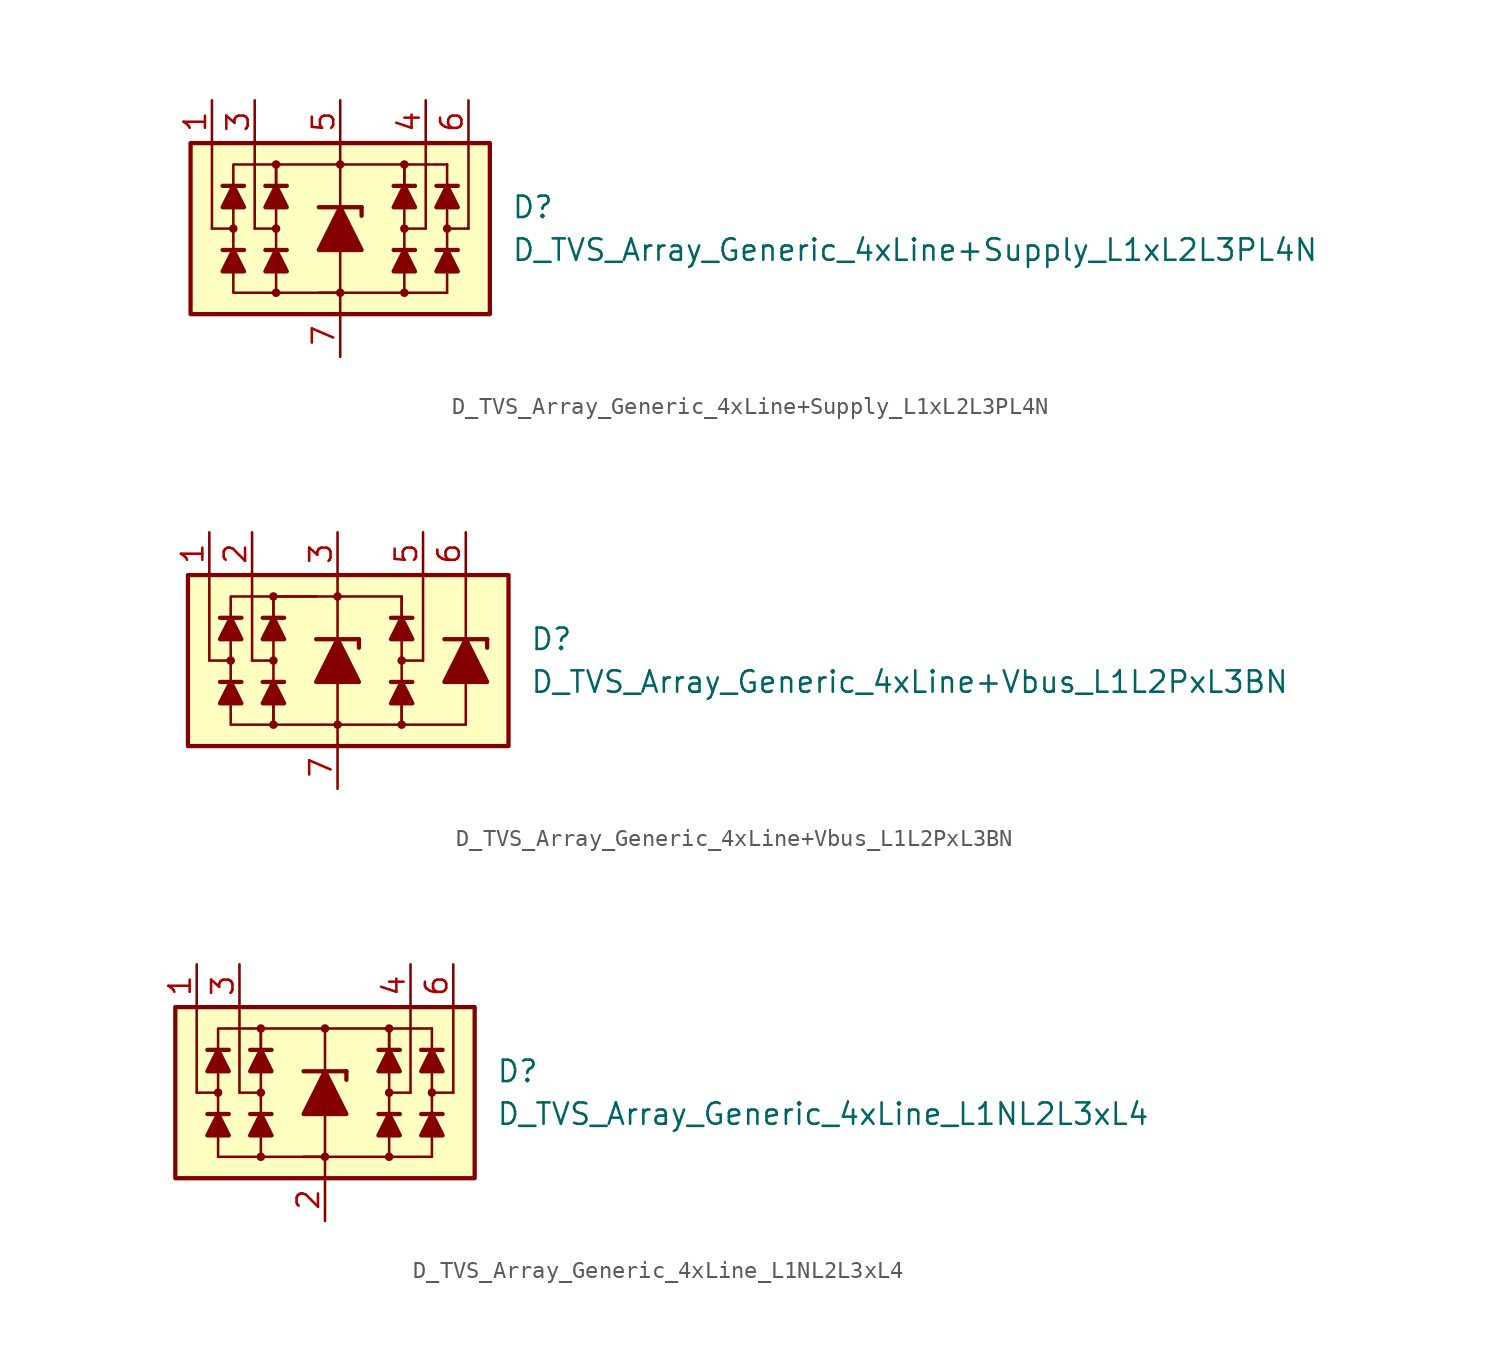
<source format=kicad_sym>
(kicad_symbol_lib
  (version 20231120)
  (generator "kicad_symbol_editor")
  (generator_version "8.0")
  (symbol "D_TVS_Array_Generic_4xLine+Supply_L1xL2L3PL4N"
    (pin_names
      (offset 1.016) hide)
    (property "Reference" "D"
      (at 10.16 1.27 0)
      (effects (font (size 1.27 1.27)) (justify left)))
    (property "Value" "D_TVS_Array_Generic_4xLine+Supply_L1xL2L3PL4N"
      (at 10.16 -1.27 0)
      (effects (font (size 1.27 1.27)) (justify left)))
    (symbol "D_TVS_Array_Generic_4xLine+Supply_L1xL2L3PL4N_0_1"
      (rectangle (start -8.89 5.08) (end 8.89 -5.08) (stroke (width 0.254) (type default)) (fill (type background)))
      (circle (center -3.81 0) (radius 0.178) (stroke (width 0) (type default)) (fill (type outline)))
      (polyline (pts (xy -5.715 -1.27) (xy -6.985 -1.27)) (stroke (width 0.254) (type default)) (fill (type none)))
      (polyline (pts (xy -5.715 2.54) (xy -6.985 2.54)) (stroke (width 0.254) (type default)) (fill (type none)))
      (polyline (pts (xy -5.08 0) (xy -5.08 5.08)) (stroke (width 0) (type default)) (fill (type none)))
      (polyline (pts (xy -3.81 -1.27) (xy -3.81 1.27)) (stroke (width 0) (type default)) (fill (type none)))
      (polyline (pts (xy -3.81 0) (xy -5.08 0)) (stroke (width 0) (type default)) (fill (type none)))
      (polyline (pts (xy -3.175 -1.27) (xy -4.445 -1.27)) (stroke (width 0.254) (type default)) (fill (type none)))
      (polyline (pts (xy -3.175 2.54) (xy -4.445 2.54)) (stroke (width 0.254) (type default)) (fill (type none)))
      (polyline (pts (xy 0 -1.27) (xy 0 -5.08)) (stroke (width 0) (type default)) (fill (type none)))
      (polyline (pts (xy 0 1.27) (xy 0 5.08)) (stroke (width 0.152) (type default)) (fill (type none)))
      (polyline (pts (xy 3.81 -1.27) (xy 3.81 1.27)) (stroke (width 0) (type default)) (fill (type none)))
      (polyline (pts (xy 3.81 0) (xy 5.08 0)) (stroke (width 0) (type default)) (fill (type none)))
      (polyline (pts (xy 3.81 3.81) (xy 6.35 3.81)) (stroke (width 0.152) (type default)) (fill (type none)))
      (polyline (pts (xy 4.445 -1.27) (xy 3.175 -1.27)) (stroke (width 0.254) (type default)) (fill (type none)))
      (polyline (pts (xy 4.445 2.54) (xy 3.175 2.54)) (stroke (width 0.254) (type default)) (fill (type none)))
      (polyline (pts (xy 5.08 0) (xy 5.08 5.08)) (stroke (width 0) (type default)) (fill (type none)))
      (polyline (pts (xy 6.35 3.81) (xy 6.35 -3.81)) (stroke (width 0.152) (type default)) (fill (type none)))
      (polyline (pts (xy 6.985 -1.27) (xy 5.715 -1.27)) (stroke (width 0.254) (type default)) (fill (type none)))
      (polyline (pts (xy 6.985 2.54) (xy 5.715 2.54)) (stroke (width 0.254) (type default)) (fill (type none)))
      (polyline (pts (xy 6.35 -3.81) (xy -1.27 -3.81) (xy 0 -3.81)) (stroke (width 0.152) (type default)) (fill (type none)))
      (polyline (pts (xy -6.35 -1.27) (xy -5.715 -2.54) (xy -6.985 -2.54) (xy -6.35 -1.27)) (stroke (width 0.254) (type default)) (fill (type outline)))
      (polyline (pts (xy -6.35 2.54) (xy -5.715 1.27) (xy -6.985 1.27) (xy -6.35 2.54)) (stroke (width 0.254) (type default)) (fill (type outline)))
      (polyline (pts (xy -3.81 -1.27) (xy -3.175 -2.54) (xy -4.445 -2.54) (xy -3.81 -1.27)) (stroke (width 0.254) (type default)) (fill (type outline)))
      (polyline (pts (xy -3.81 2.54) (xy -3.81 3.81) (xy 3.81 3.81) (xy 3.81 2.54)) (stroke (width 0) (type default)) (fill (type none)))
      (polyline (pts (xy -3.81 2.54) (xy -3.175 1.27) (xy -4.445 1.27) (xy -3.81 2.54)) (stroke (width 0.254) (type default)) (fill (type outline)))
      (polyline (pts (xy 0 -3.81) (xy -6.35 -3.81) (xy -6.35 3.81) (xy -3.81 3.81)) (stroke (width 0) (type default)) (fill (type none)))
      (polyline (pts (xy 3.81 -1.27) (xy 4.445 -2.54) (xy 3.175 -2.54) (xy 3.81 -1.27)) (stroke (width 0.254) (type default)) (fill (type outline)))
      (polyline (pts (xy 3.81 2.54) (xy 4.445 1.27) (xy 3.175 1.27) (xy 3.81 2.54)) (stroke (width 0.254) (type default)) (fill (type outline)))
      (polyline (pts (xy 6.35 -1.27) (xy 6.985 -2.54) (xy 5.715 -2.54) (xy 6.35 -1.27)) (stroke (width 0.254) (type default)) (fill (type outline)))
      (polyline (pts (xy 6.35 2.54) (xy 6.985 1.27) (xy 5.715 1.27) (xy 6.35 2.54)) (stroke (width 0.254) (type default)) (fill (type outline)))
      (circle (center 0 3.81) (radius 0.178) (stroke (width 0) (type default)) (fill (type outline)))
      (circle (center 3.81 0) (radius 0.178) (stroke (width 0) (type default)) (fill (type outline))))
    (symbol "D_TVS_Array_Generic_4xLine+Supply_L1xL2L3PL4N_1_1"
      (circle (center -6.35 0) (radius 0.178) (stroke (width 0) (type default)) (fill (type outline)))
      (circle (center -3.81 -3.81) (radius 0.178) (stroke (width 0) (type default)) (fill (type outline)))
      (circle (center -3.81 3.81) (radius 0.178) (stroke (width 0) (type default)) (fill (type outline)))
      (circle (center 0 -3.81) (radius 0.178) (stroke (width 0) (type default)) (fill (type outline)))
      (polyline (pts (xy -7.62 0) (xy -7.62 5.08)) (stroke (width 0) (type default)) (fill (type none)))
      (polyline (pts (xy -6.35 0) (xy -7.62 0)) (stroke (width 0) (type default)) (fill (type none)))
      (polyline (pts (xy -3.81 -3.81) (xy -3.81 -1.27)) (stroke (width 0) (type default)) (fill (type none)))
      (polyline (pts (xy -3.81 1.27) (xy -3.81 3.81)) (stroke (width 0) (type default)) (fill (type none)))
      (polyline (pts (xy -1.27 1.27) (xy 1.27 1.27)) (stroke (width 0.254) (type default)) (fill (type none)))
      (polyline (pts (xy 0 -1.27) (xy 0 1.27)) (stroke (width 0) (type default)) (fill (type none)))
      (polyline (pts (xy 1.27 1.27) (xy 1.27 0.762)) (stroke (width 0.254) (type default)) (fill (type none)))
      (polyline (pts (xy 3.81 -3.81) (xy 3.81 -1.27)) (stroke (width 0) (type default)) (fill (type none)))
      (polyline (pts (xy 3.81 1.27) (xy 3.81 3.81)) (stroke (width 0) (type default)) (fill (type none)))
      (polyline (pts (xy 6.35 0) (xy 7.62 0)) (stroke (width 0) (type default)) (fill (type none)))
      (polyline (pts (xy 7.62 0) (xy 7.62 5.08)) (stroke (width 0) (type default)) (fill (type none)))
      (polyline (pts (xy 1.27 -1.27) (xy -1.27 -1.27) (xy 0 1.27) (xy 1.27 -1.27)) (stroke (width 0.254) (type default)) (fill (type outline)))
      (circle (center 3.81 -3.81) (radius 0.178) (stroke (width 0) (type default)) (fill (type outline)))
      (circle (center 3.81 3.81) (radius 0.178) (stroke (width 0) (type default)) (fill (type outline)))
      (circle (center 6.35 0) (radius 0.178) (stroke (width 0) (type default)) (fill (type outline)))
      (pin passive line (at -7.62 7.62 270) (length 2.54) (name "L1" (effects (font (size 1.27 1.27)))) (number "1" (effects (font (size 1.27 1.27)))))
      (pin free line (at 2.54 1.27 0) (length 2.54) hide (name "NC" (effects (font (size 1.27 1.27)))) (number "2" (effects (font (size 1.27 1.27)))))
      (pin passive line (at -5.08 7.62 270) (length 2.54) (name "L2" (effects (font (size 1.27 1.27)))) (number "3" (effects (font (size 1.27 1.27)))))
      (pin passive line (at 5.08 7.62 270) (length 2.54) (name "L3" (effects (font (size 1.27 1.27)))) (number "4" (effects (font (size 1.27 1.27)))))
      (pin passive line (at 0 7.62 270) (length 2.54) (name "VP" (effects (font (size 1.27 1.27)))) (number "5" (effects (font (size 1.27 1.27)))))
      (pin passive line (at 7.62 7.62 270) (length 2.54) (name "L4" (effects (font (size 1.27 1.27)))) (number "6" (effects (font (size 1.27 1.27)))))
      (pin passive line (at 0 -7.62 90) (length 2.54) (name "VN" (effects (font (size 1.27 1.27)))) (number "7" (effects (font (size 1.27 1.27)))))))
  (symbol "D_TVS_Array_Generic_4xLine+Vbus_L1L2PxL3BN"
    (pin_names
      (offset 1.016) hide)
    (property "Reference" "D"
      (at 11.43 1.27 0)
      (effects (font (size 1.27 1.27)) (justify left)))
    (property "Value" "D_TVS_Array_Generic_4xLine+Vbus_L1L2PxL3BN"
      (at 11.43 -1.27 0)
      (effects (font (size 1.27 1.27)) (justify left)))
    (symbol "D_TVS_Array_Generic_4xLine+Vbus_L1L2PxL3BN_0_1"
      (rectangle (start -8.89 5.08) (end 10.16 -5.08) (stroke (width 0.254) (type default)) (fill (type background)))
      (circle (center -3.81 0) (radius 0.178) (stroke (width 0) (type default)) (fill (type outline)))
      (polyline (pts (xy -5.715 -1.27) (xy -6.985 -1.27)) (stroke (width 0.254) (type default)) (fill (type none)))
      (polyline (pts (xy -5.715 2.54) (xy -6.985 2.54)) (stroke (width 0.254) (type default)) (fill (type none)))
      (polyline (pts (xy -5.08 0) (xy -5.08 5.08)) (stroke (width 0) (type default)) (fill (type none)))
      (polyline (pts (xy -3.81 -1.27) (xy -3.81 1.27)) (stroke (width 0) (type default)) (fill (type none)))
      (polyline (pts (xy -3.81 0) (xy -5.08 0)) (stroke (width 0) (type default)) (fill (type none)))
      (polyline (pts (xy -3.175 -1.27) (xy -4.445 -1.27)) (stroke (width 0.254) (type default)) (fill (type none)))
      (polyline (pts (xy -3.175 2.54) (xy -4.445 2.54)) (stroke (width 0.254) (type default)) (fill (type none)))
      (polyline (pts (xy 0 -1.27) (xy 0 -5.08)) (stroke (width 0) (type default)) (fill (type none)))
      (polyline (pts (xy 0 3.81) (xy 0 1.27)) (stroke (width 0) (type default)) (fill (type none)))
      (polyline (pts (xy 0 3.81) (xy 0 5.08)) (stroke (width 0) (type default)) (fill (type none)))
      (polyline (pts (xy 3.81 -3.81) (xy 7.62 -3.81)) (stroke (width 0) (type default)) (fill (type none)))
      (polyline (pts (xy 3.81 -1.27) (xy 3.81 1.27)) (stroke (width 0) (type default)) (fill (type none)))
      (polyline (pts (xy 3.81 0) (xy 5.08 0)) (stroke (width 0) (type default)) (fill (type none)))
      (polyline (pts (xy 4.445 -1.27) (xy 3.175 -1.27)) (stroke (width 0.254) (type default)) (fill (type none)))
      (polyline (pts (xy 4.445 2.54) (xy 3.175 2.54)) (stroke (width 0.254) (type default)) (fill (type none)))
      (polyline (pts (xy 5.08 0) (xy 5.08 5.08)) (stroke (width 0) (type default)) (fill (type none)))
      (polyline (pts (xy -6.35 -1.27) (xy -5.715 -2.54) (xy -6.985 -2.54) (xy -6.35 -1.27)) (stroke (width 0.254) (type default)) (fill (type outline)))
      (polyline (pts (xy -6.35 2.54) (xy -5.715 1.27) (xy -6.985 1.27) (xy -6.35 2.54)) (stroke (width 0.254) (type default)) (fill (type outline)))
      (polyline (pts (xy -3.81 -3.81) (xy -6.35 -3.81) (xy -6.35 3.81) (xy -1.27 3.81)) (stroke (width 0) (type default)) (fill (type none)))
      (polyline (pts (xy -3.81 -2.54) (xy -3.81 -3.81) (xy 3.81 -3.81) (xy 3.81 -2.54)) (stroke (width 0) (type default)) (fill (type none)))
      (polyline (pts (xy -3.81 -1.27) (xy -3.175 -2.54) (xy -4.445 -2.54) (xy -3.81 -1.27)) (stroke (width 0.254) (type default)) (fill (type outline)))
      (polyline (pts (xy -3.81 2.54) (xy -3.81 3.81) (xy 3.81 3.81) (xy 3.81 2.54)) (stroke (width 0) (type default)) (fill (type none)))
      (polyline (pts (xy -3.81 2.54) (xy -3.175 1.27) (xy -4.445 1.27) (xy -3.81 2.54)) (stroke (width 0.254) (type default)) (fill (type outline)))
      (polyline (pts (xy 3.81 -1.27) (xy 4.445 -2.54) (xy 3.175 -2.54) (xy 3.81 -1.27)) (stroke (width 0.254) (type default)) (fill (type outline)))
      (polyline (pts (xy 3.81 2.54) (xy 4.445 1.27) (xy 3.175 1.27) (xy 3.81 2.54)) (stroke (width 0.254) (type default)) (fill (type outline)))
      (circle (center 0 3.81) (radius 0.178) (stroke (width 0) (type default)) (fill (type outline)))
      (circle (center 3.81 0) (radius 0.178) (stroke (width 0) (type default)) (fill (type outline))))
    (symbol "D_TVS_Array_Generic_4xLine+Vbus_L1L2PxL3BN_1_1"
      (circle (center -6.35 0) (radius 0.178) (stroke (width 0) (type default)) (fill (type outline)))
      (circle (center -3.81 -3.81) (radius 0.178) (stroke (width 0) (type default)) (fill (type outline)))
      (circle (center -3.81 3.81) (radius 0.178) (stroke (width 0) (type default)) (fill (type outline)))
      (circle (center 0 -3.81) (radius 0.178) (stroke (width 0) (type default)) (fill (type outline)))
      (polyline (pts (xy -7.62 0) (xy -7.62 5.08)) (stroke (width 0) (type default)) (fill (type none)))
      (polyline (pts (xy -6.35 0) (xy -7.62 0)) (stroke (width 0) (type default)) (fill (type none)))
      (polyline (pts (xy -3.81 -3.81) (xy -3.81 -1.27)) (stroke (width 0) (type default)) (fill (type none)))
      (polyline (pts (xy -3.81 1.27) (xy -3.81 3.81)) (stroke (width 0) (type default)) (fill (type none)))
      (polyline (pts (xy -1.27 1.27) (xy 1.27 1.27)) (stroke (width 0.254) (type default)) (fill (type none)))
      (polyline (pts (xy 0 -1.27) (xy 0 1.27)) (stroke (width 0) (type default)) (fill (type none)))
      (polyline (pts (xy 1.27 1.27) (xy 1.27 0.762)) (stroke (width 0.254) (type default)) (fill (type none)))
      (polyline (pts (xy 3.81 -3.81) (xy 3.81 -1.27)) (stroke (width 0) (type default)) (fill (type none)))
      (polyline (pts (xy 3.81 1.27) (xy 3.81 3.81)) (stroke (width 0) (type default)) (fill (type none)))
      (polyline (pts (xy 6.35 1.27) (xy 8.89 1.27)) (stroke (width 0.254) (type default)) (fill (type none)))
      (polyline (pts (xy 7.62 -1.27) (xy 7.62 -3.81)) (stroke (width 0) (type default)) (fill (type none)))
      (polyline (pts (xy 7.62 -1.27) (xy 7.62 1.27)) (stroke (width 0) (type default)) (fill (type none)))
      (polyline (pts (xy 7.62 5.08) (xy 7.62 1.27)) (stroke (width 0) (type default)) (fill (type none)))
      (polyline (pts (xy 8.89 1.27) (xy 8.89 0.762)) (stroke (width 0.254) (type default)) (fill (type none)))
      (polyline (pts (xy 1.27 -1.27) (xy -1.27 -1.27) (xy 0 1.27) (xy 1.27 -1.27)) (stroke (width 0.254) (type default)) (fill (type outline)))
      (polyline (pts (xy 8.89 -1.27) (xy 6.35 -1.27) (xy 7.62 1.27) (xy 8.89 -1.27)) (stroke (width 0.254) (type default)) (fill (type outline)))
      (circle (center 3.81 -3.81) (radius 0.178) (stroke (width 0) (type default)) (fill (type outline)))
      (pin passive line (at -7.62 7.62 270) (length 2.54) (name "L1" (effects (font (size 1.27 1.27)))) (number "1" (effects (font (size 1.27 1.27)))))
      (pin passive line (at -5.08 7.62 270) (length 2.54) (name "L2" (effects (font (size 1.27 1.27)))) (number "2" (effects (font (size 1.27 1.27)))))
      (pin passive line (at 0 7.62 270) (length 2.54) (name "VP" (effects (font (size 1.27 1.27)))) (number "3" (effects (font (size 1.27 1.27)))))
      (pin free line (at 0 0 0) (length 2.54) hide (name "NC" (effects (font (size 1.27 1.27)))) (number "4" (effects (font (size 1.27 1.27)))))
      (pin passive line (at 5.08 7.62 270) (length 2.54) (name "L2" (effects (font (size 1.27 1.27)))) (number "5" (effects (font (size 1.27 1.27)))))
      (pin passive line (at 7.62 7.62 270) (length 2.54) (name "B" (effects (font (size 1.27 1.27)))) (number "6" (effects (font (size 1.27 1.27)))))
      (pin passive line (at 0 -7.62 90) (length 2.54) (name "VN" (effects (font (size 1.27 1.27)))) (number "7" (effects (font (size 1.27 1.27)))))))
  (symbol "D_TVS_Array_Generic_4xLine_L1NL2L3xL4"
    (pin_names
      (offset 1.016) hide)
    (property "Reference" "D"
      (at 10.16 1.27 0)
      (effects (font (size 1.27 1.27)) (justify left)))
    (property "Value" "D_TVS_Array_Generic_4xLine_L1NL2L3xL4"
      (at 10.16 -1.27 0)
      (effects (font (size 1.27 1.27)) (justify left)))
    (symbol "D_TVS_Array_Generic_4xLine_L1NL2L3xL4_0_1"
      (rectangle (start -8.89 5.08) (end 8.89 -5.08) (stroke (width 0.254) (type default)) (fill (type background)))
      (circle (center -3.81 0) (radius 0.178) (stroke (width 0) (type default)) (fill (type outline)))
      (polyline (pts (xy -5.715 -1.27) (xy -6.985 -1.27)) (stroke (width 0.254) (type default)) (fill (type none)))
      (polyline (pts (xy -5.715 2.54) (xy -6.985 2.54)) (stroke (width 0.254) (type default)) (fill (type none)))
      (polyline (pts (xy -5.08 0) (xy -5.08 5.08)) (stroke (width 0) (type default)) (fill (type none)))
      (polyline (pts (xy -3.81 -1.27) (xy -3.81 1.27)) (stroke (width 0) (type default)) (fill (type none)))
      (polyline (pts (xy -3.81 0) (xy -5.08 0)) (stroke (width 0) (type default)) (fill (type none)))
      (polyline (pts (xy -3.175 -1.27) (xy -4.445 -1.27)) (stroke (width 0.254) (type default)) (fill (type none)))
      (polyline (pts (xy -3.175 2.54) (xy -4.445 2.54)) (stroke (width 0.254) (type default)) (fill (type none)))
      (polyline (pts (xy 0 -1.27) (xy 0 -5.08)) (stroke (width 0) (type default)) (fill (type none)))
      (polyline (pts (xy 0 0) (xy 0 3.81)) (stroke (width 0.152) (type default)) (fill (type none)))
      (polyline (pts (xy 3.81 -1.27) (xy 3.81 1.27)) (stroke (width 0) (type default)) (fill (type none)))
      (polyline (pts (xy 3.81 0) (xy 5.08 0)) (stroke (width 0) (type default)) (fill (type none)))
      (polyline (pts (xy 3.81 3.81) (xy 6.35 3.81)) (stroke (width 0.152) (type default)) (fill (type none)))
      (polyline (pts (xy 4.445 -1.27) (xy 3.175 -1.27)) (stroke (width 0.254) (type default)) (fill (type none)))
      (polyline (pts (xy 4.445 2.54) (xy 3.175 2.54)) (stroke (width 0.254) (type default)) (fill (type none)))
      (polyline (pts (xy 5.08 0) (xy 5.08 5.08)) (stroke (width 0) (type default)) (fill (type none)))
      (polyline (pts (xy 6.35 3.81) (xy 6.35 -3.81)) (stroke (width 0.152) (type default)) (fill (type none)))
      (polyline (pts (xy 6.985 -1.27) (xy 5.715 -1.27)) (stroke (width 0.254) (type default)) (fill (type none)))
      (polyline (pts (xy 6.985 2.54) (xy 5.715 2.54)) (stroke (width 0.254) (type default)) (fill (type none)))
      (polyline (pts (xy 6.35 -3.81) (xy -1.27 -3.81) (xy 0 -3.81)) (stroke (width 0.152) (type default)) (fill (type none)))
      (polyline (pts (xy -6.35 -1.27) (xy -5.715 -2.54) (xy -6.985 -2.54) (xy -6.35 -1.27)) (stroke (width 0.254) (type default)) (fill (type outline)))
      (polyline (pts (xy -6.35 2.54) (xy -5.715 1.27) (xy -6.985 1.27) (xy -6.35 2.54)) (stroke (width 0.254) (type default)) (fill (type outline)))
      (polyline (pts (xy -3.81 -1.27) (xy -3.175 -2.54) (xy -4.445 -2.54) (xy -3.81 -1.27)) (stroke (width 0.254) (type default)) (fill (type outline)))
      (polyline (pts (xy -3.81 2.54) (xy -3.81 3.81) (xy 3.81 3.81) (xy 3.81 2.54)) (stroke (width 0) (type default)) (fill (type none)))
      (polyline (pts (xy -3.81 2.54) (xy -3.175 1.27) (xy -4.445 1.27) (xy -3.81 2.54)) (stroke (width 0.254) (type default)) (fill (type outline)))
      (polyline (pts (xy 0 -3.81) (xy -6.35 -3.81) (xy -6.35 3.81) (xy -3.81 3.81)) (stroke (width 0) (type default)) (fill (type none)))
      (polyline (pts (xy 3.81 -1.27) (xy 4.445 -2.54) (xy 3.175 -2.54) (xy 3.81 -1.27)) (stroke (width 0.254) (type default)) (fill (type outline)))
      (polyline (pts (xy 3.81 2.54) (xy 4.445 1.27) (xy 3.175 1.27) (xy 3.81 2.54)) (stroke (width 0.254) (type default)) (fill (type outline)))
      (polyline (pts (xy 6.35 -1.27) (xy 6.985 -2.54) (xy 5.715 -2.54) (xy 6.35 -1.27)) (stroke (width 0.254) (type default)) (fill (type outline)))
      (polyline (pts (xy 6.35 2.54) (xy 6.985 1.27) (xy 5.715 1.27) (xy 6.35 2.54)) (stroke (width 0.254) (type default)) (fill (type outline)))
      (circle (center 0 3.81) (radius 0.178) (stroke (width 0) (type default)) (fill (type outline)))
      (circle (center 3.81 0) (radius 0.178) (stroke (width 0) (type default)) (fill (type outline))))
    (symbol "D_TVS_Array_Generic_4xLine_L1NL2L3xL4_1_1"
      (circle (center -6.35 0) (radius 0.178) (stroke (width 0) (type default)) (fill (type outline)))
      (circle (center -3.81 -3.81) (radius 0.178) (stroke (width 0) (type default)) (fill (type outline)))
      (circle (center -3.81 3.81) (radius 0.178) (stroke (width 0) (type default)) (fill (type outline)))
      (circle (center 0 -3.81) (radius 0.178) (stroke (width 0) (type default)) (fill (type outline)))
      (polyline (pts (xy -7.62 0) (xy -7.62 5.08)) (stroke (width 0) (type default)) (fill (type none)))
      (polyline (pts (xy -6.35 0) (xy -7.62 0)) (stroke (width 0) (type default)) (fill (type none)))
      (polyline (pts (xy -3.81 -3.81) (xy -3.81 -1.27)) (stroke (width 0) (type default)) (fill (type none)))
      (polyline (pts (xy -3.81 1.27) (xy -3.81 3.81)) (stroke (width 0) (type default)) (fill (type none)))
      (polyline (pts (xy -1.27 1.27) (xy 1.27 1.27)) (stroke (width 0.254) (type default)) (fill (type none)))
      (polyline (pts (xy 0 -1.27) (xy 0 1.27)) (stroke (width 0) (type default)) (fill (type none)))
      (polyline (pts (xy 1.27 1.27) (xy 1.27 0.762)) (stroke (width 0.254) (type default)) (fill (type none)))
      (polyline (pts (xy 3.81 -3.81) (xy 3.81 -1.27)) (stroke (width 0) (type default)) (fill (type none)))
      (polyline (pts (xy 3.81 1.27) (xy 3.81 3.81)) (stroke (width 0) (type default)) (fill (type none)))
      (polyline (pts (xy 6.35 0) (xy 7.62 0)) (stroke (width 0) (type default)) (fill (type none)))
      (polyline (pts (xy 7.62 0) (xy 7.62 5.08)) (stroke (width 0) (type default)) (fill (type none)))
      (polyline (pts (xy 1.27 -1.27) (xy -1.27 -1.27) (xy 0 1.27) (xy 1.27 -1.27)) (stroke (width 0.254) (type default)) (fill (type outline)))
      (circle (center 3.81 -3.81) (radius 0.178) (stroke (width 0) (type default)) (fill (type outline)))
      (circle (center 3.81 3.81) (radius 0.178) (stroke (width 0) (type default)) (fill (type outline)))
      (circle (center 6.35 0) (radius 0.178) (stroke (width 0) (type default)) (fill (type outline)))
      (pin passive line (at -7.62 7.62 270) (length 2.54) (name "L1" (effects (font (size 1.27 1.27)))) (number "1" (effects (font (size 1.27 1.27)))))
      (pin passive line (at 0 -7.62 90) (length 2.54) (name "VN" (effects (font (size 1.27 1.27)))) (number "2" (effects (font (size 1.27 1.27)))))
      (pin passive line (at -5.08 7.62 270) (length 2.54) (name "L2" (effects (font (size 1.27 1.27)))) (number "3" (effects (font (size 1.27 1.27)))))
      (pin passive line (at 5.08 7.62 270) (length 2.54) (name "L3" (effects (font (size 1.27 1.27)))) (number "4" (effects (font (size 1.27 1.27)))))
      (pin free line (at 1.27 1.27 0) (length 2.54) hide (name "NC" (effects (font (size 1.27 1.27)))) (number "5" (effects (font (size 1.27 1.27)))))
      (pin passive line (at 7.62 7.62 270) (length 2.54) (name "L4" (effects (font (size 1.27 1.27)))) (number "6" (effects (font (size 1.27 1.27))))))))
</source>
